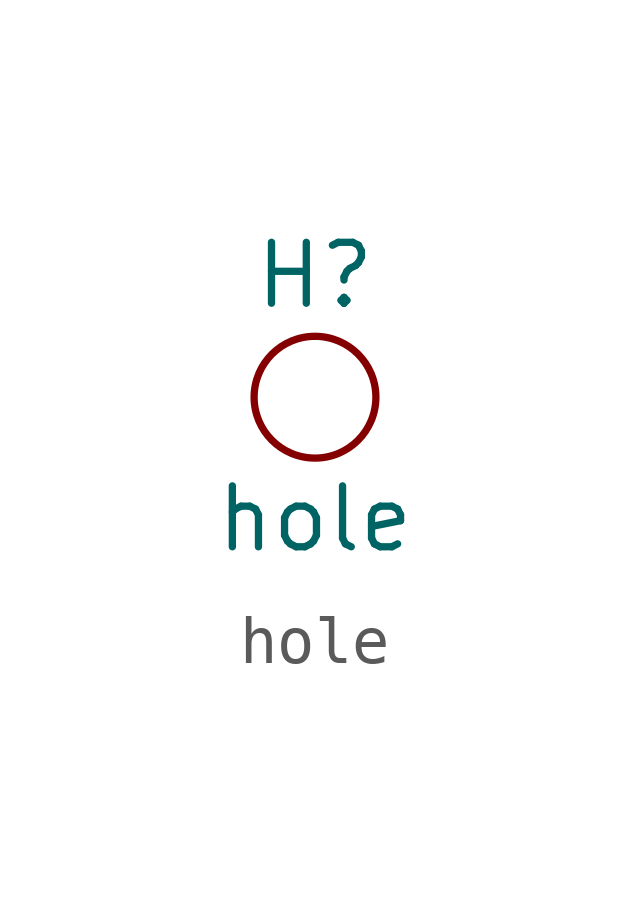
<source format=kicad_sym>
(kicad_symbol_lib
  (version 20211014)
  (generator kicad_symbol_editor)
  (symbol "hole"
    (property "Reference" "H"
      (at 0 2.54 0)
      (effects (font (size 1.27 1.27))))
    (property "Value" "hole"
      (at 0 -2.54 0)
      (effects (font (size 1.27 1.27))))
    (symbol "hole_0_1"
      (circle (center 0 0) (radius 1.27) (stroke (width 0.152) (type default) (color 0 0 0 0)) (fill (type none))))))
</source>
